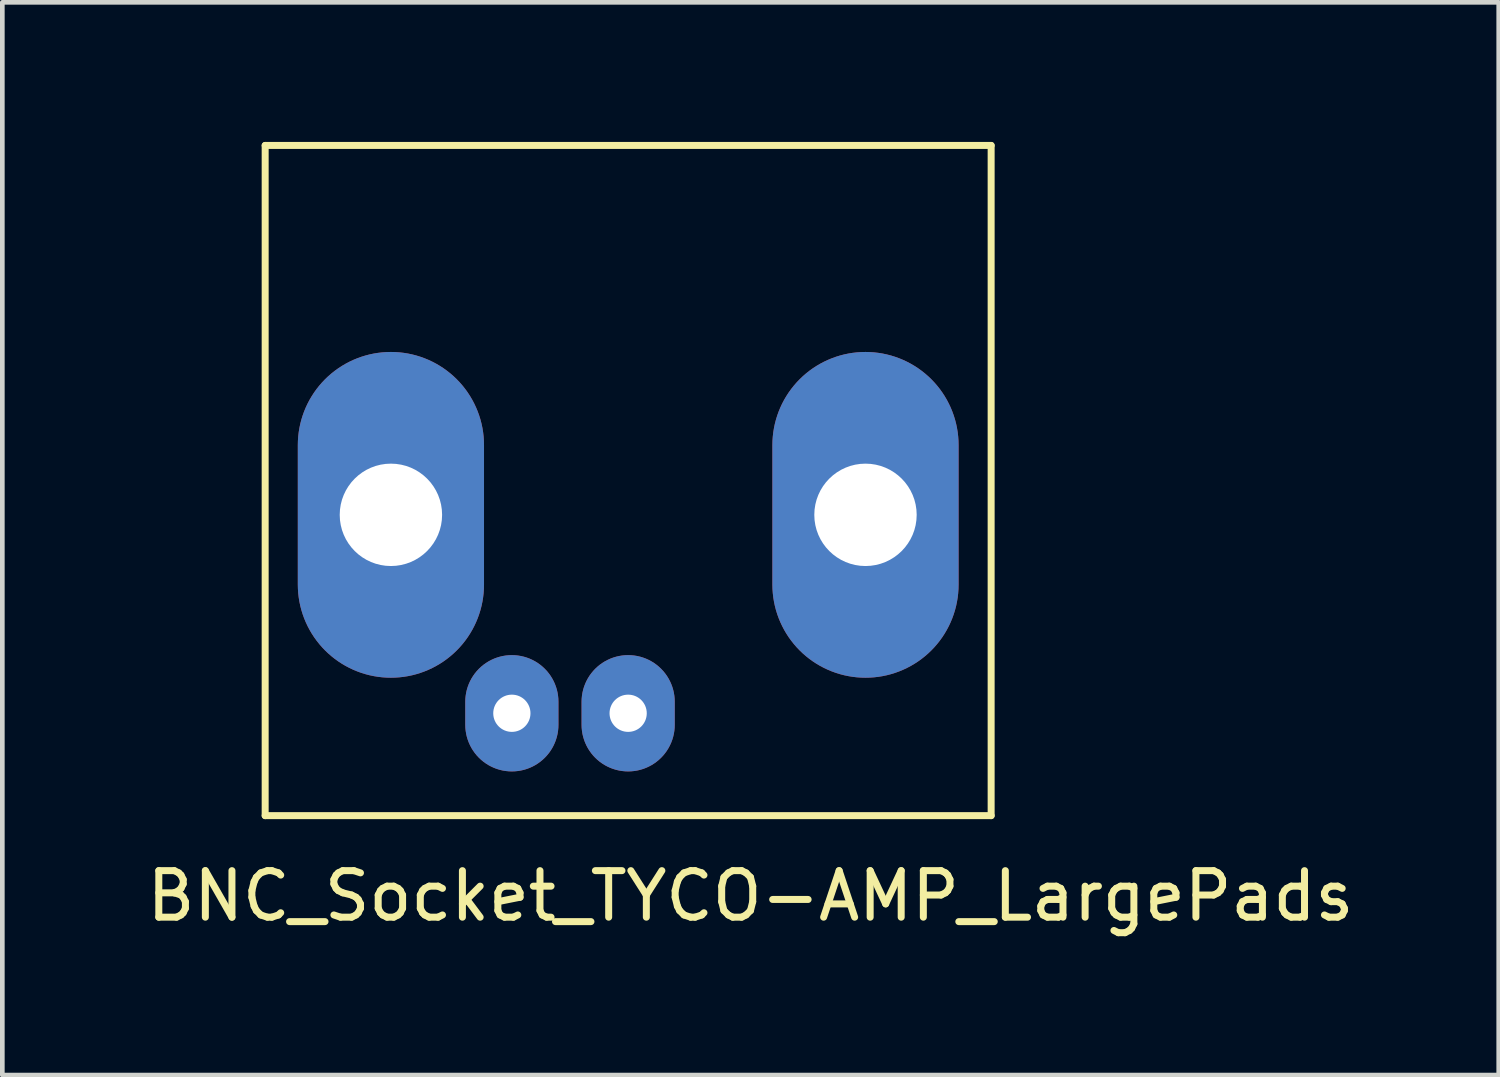
<source format=kicad_pcb>
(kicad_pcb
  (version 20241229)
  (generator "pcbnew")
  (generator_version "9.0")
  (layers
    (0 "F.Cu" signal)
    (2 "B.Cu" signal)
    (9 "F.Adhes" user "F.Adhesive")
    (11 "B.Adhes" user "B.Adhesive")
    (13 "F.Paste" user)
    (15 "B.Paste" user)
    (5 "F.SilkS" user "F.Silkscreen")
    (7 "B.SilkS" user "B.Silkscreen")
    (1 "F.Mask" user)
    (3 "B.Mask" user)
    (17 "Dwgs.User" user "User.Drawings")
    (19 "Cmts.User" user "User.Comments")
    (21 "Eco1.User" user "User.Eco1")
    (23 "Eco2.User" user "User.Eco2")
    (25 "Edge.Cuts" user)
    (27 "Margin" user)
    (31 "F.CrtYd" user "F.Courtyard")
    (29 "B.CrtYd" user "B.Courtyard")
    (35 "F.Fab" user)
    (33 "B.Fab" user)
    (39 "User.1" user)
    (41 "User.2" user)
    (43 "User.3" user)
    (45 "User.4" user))
  (footprint "BNC_Socket_TYCO-AMP_LargePads"
    (layer "F.Cu")
    (at 10.448 7.276)
    (property "Reference" "BNC_Socket_TYCO-AMP_LargePads" (at 2.629 8.928 0) (layer "F.SilkS") (effects (font (size 1 1) (thickness 0.15))))
    (attr through_hole)
    (fp_line (start -7.8 -7.201) (end -7.8 7.201) (stroke (width 0.15) (type solid)) (layer "F.SilkS"))
    (fp_line (start -7.8 7.201) (end 7.8 7.201) (stroke (width 0.15) (type solid)) (layer "F.SilkS"))
    (fp_line (start 7.8 -7.201) (end -7.8 -7.201) (stroke (width 0.15) (type solid)) (layer "F.SilkS"))
    (fp_line (start 7.8 7.201) (end 7.8 -7.201) (stroke (width 0.15) (type solid)) (layer "F.SilkS"))
    (pad "1" thru_hole oval (at 0 5.001) (size 2.002 2.499) (drill 0.8) (layers "*.Cu" "*.Mask"))
    (pad "2" thru_hole oval (at -5.098 0.737) (size 4.001 7) (drill 2.2) (layers "*.Cu" "*.Mask"))
    (pad "2" thru_hole oval (at -2.499 5.001) (size 2.002 2.499) (drill 0.8) (layers "*.Cu" "*.Mask"))
    (pad "2" thru_hole oval (at 5.1 0.737) (size 4.001 7) (drill 2.2) (layers "*.Cu" "*.Mask")))
  (gr_rect
    (start -3 -3)
    (end 29.155 20.052)
    (stroke (width 0.1) (type default))
    (fill no)
    (layer "Edge.Cuts")))
</source>
